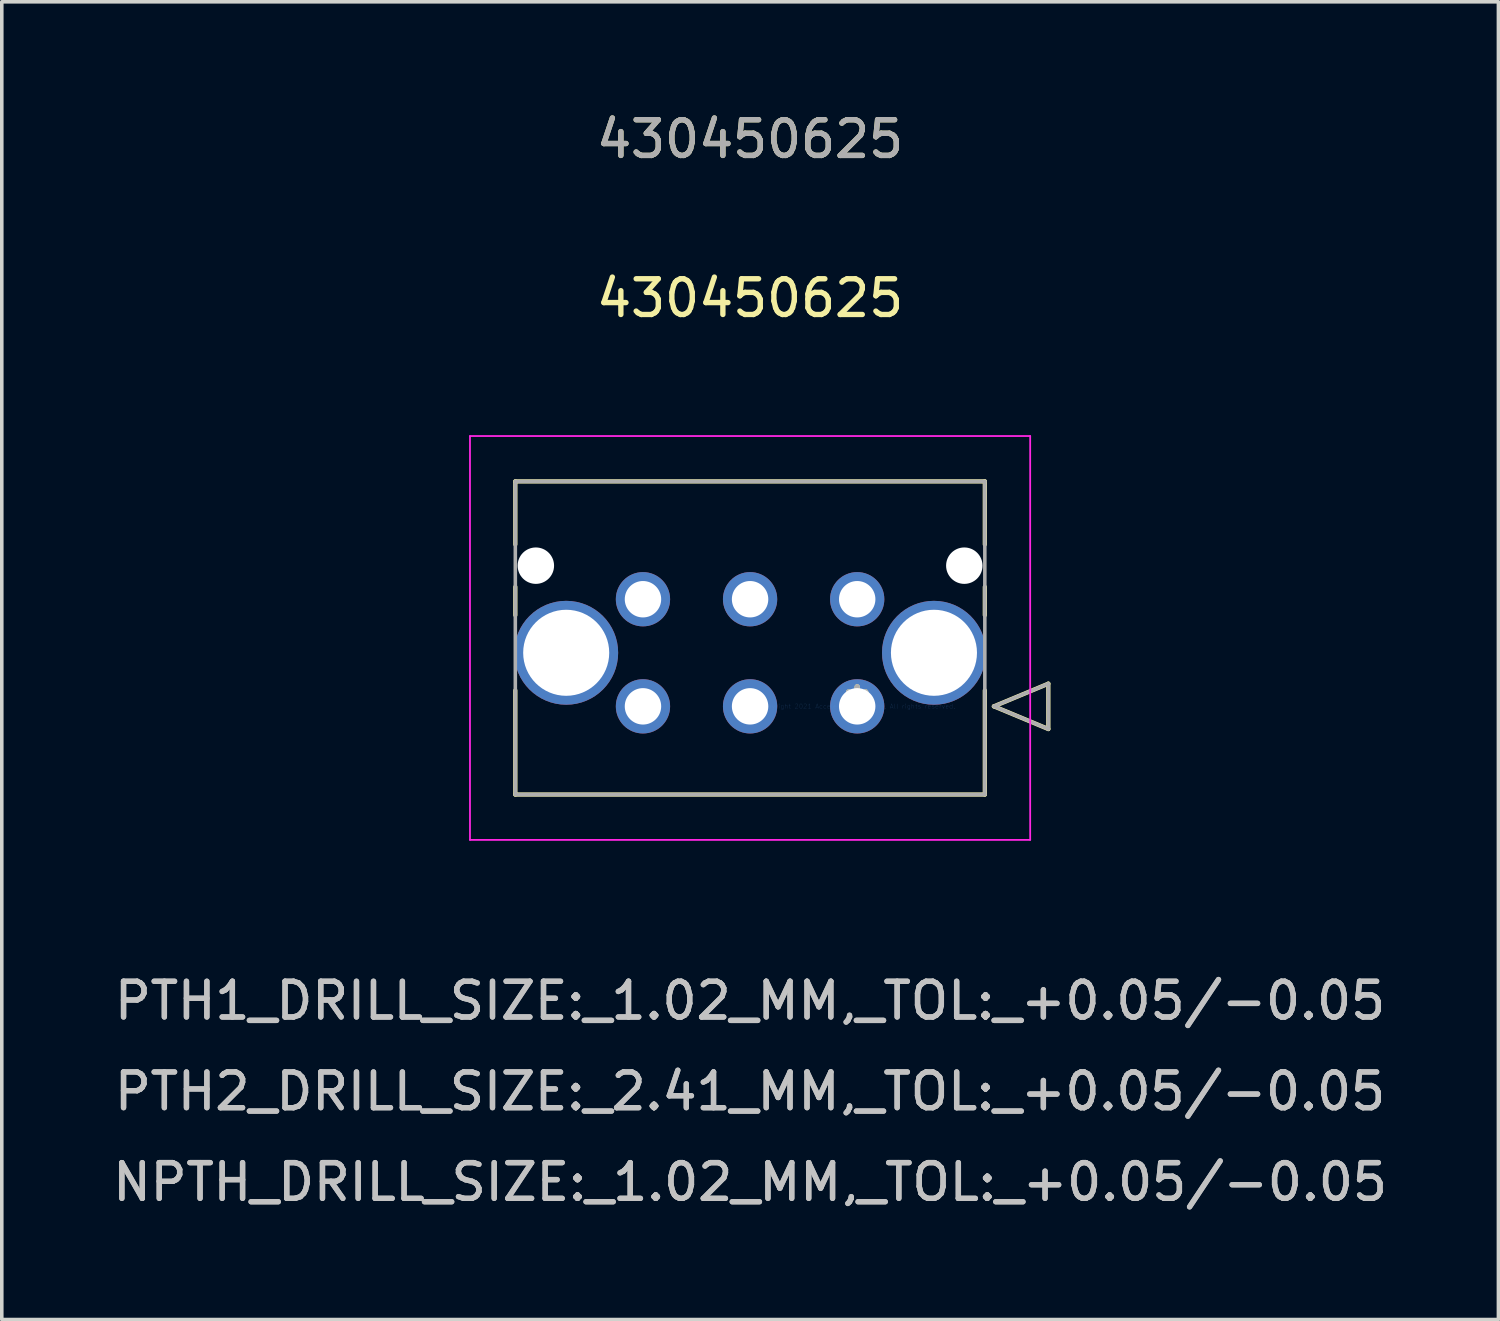
<source format=kicad_pcb>
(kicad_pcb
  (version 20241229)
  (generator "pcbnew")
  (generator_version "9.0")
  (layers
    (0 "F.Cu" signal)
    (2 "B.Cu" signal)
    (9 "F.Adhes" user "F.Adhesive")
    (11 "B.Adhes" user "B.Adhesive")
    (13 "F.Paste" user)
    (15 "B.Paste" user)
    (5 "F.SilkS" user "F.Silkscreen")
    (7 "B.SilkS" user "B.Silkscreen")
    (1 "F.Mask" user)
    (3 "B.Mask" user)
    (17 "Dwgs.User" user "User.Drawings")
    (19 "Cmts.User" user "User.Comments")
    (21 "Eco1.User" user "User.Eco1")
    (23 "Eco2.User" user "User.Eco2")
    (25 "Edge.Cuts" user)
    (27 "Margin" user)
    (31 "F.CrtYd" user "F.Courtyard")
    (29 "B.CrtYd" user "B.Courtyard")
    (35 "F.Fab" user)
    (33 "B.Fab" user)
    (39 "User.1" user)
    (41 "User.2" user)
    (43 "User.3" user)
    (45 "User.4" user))
  (footprint "430450625"
    (layer "F.Cu")
    (at 20.958 16.733)
    (property "Reference" "430450625" (at -3 -11.43 0) (layer "F.SilkS") (effects (font (size 1 1) (thickness 0.15))))
    (attr through_hole)
    (fp_line (start -9.575 -6.3) (end -9.575 -4.535) (stroke (width 0.12) (type solid)) (layer "F.SilkS"))
    (fp_line (start -9.575 -3.345) (end -9.575 -2.554) (stroke (width 0.12) (type solid)) (layer "F.SilkS"))
    (fp_line (start -9.575 -0.446) (end -9.575 2.47) (stroke (width 0.12) (type solid)) (layer "F.SilkS"))
    (fp_line (start -9.575 2.47) (end 3.575 2.47) (stroke (width 0.12) (type solid)) (layer "F.SilkS"))
    (fp_line (start 3.575 -6.3) (end -9.575 -6.3) (stroke (width 0.12) (type solid)) (layer "F.SilkS"))
    (fp_line (start 3.575 -4.535) (end 3.575 -6.3) (stroke (width 0.12) (type solid)) (layer "F.SilkS"))
    (fp_line (start 3.575 -2.554) (end 3.575 -3.345) (stroke (width 0.12) (type solid)) (layer "F.SilkS"))
    (fp_line (start 3.575 2.47) (end 3.575 -0.446) (stroke (width 0.12) (type solid)) (layer "F.SilkS"))
    (fp_line (start 3.829 0) (end 5.353 -0.635) (stroke (width 0.12) (type solid)) (layer "F.SilkS"))
    (fp_line (start 5.353 -0.635) (end 5.353 0.635) (stroke (width 0.12) (type solid)) (layer "F.SilkS"))
    (fp_line (start 5.353 0.635) (end 3.829 0) (stroke (width 0.12) (type solid)) (layer "F.SilkS"))
    (fp_line (start -10.845 -7.57) (end -10.845 3.74) (stroke (width 0.05) (type solid)) (layer "F.CrtYd"))
    (fp_line (start -10.845 3.74) (end 4.845 3.74) (stroke (width 0.05) (type solid)) (layer "F.CrtYd"))
    (fp_line (start 4.845 -7.57) (end -10.845 -7.57) (stroke (width 0.05) (type solid)) (layer "F.CrtYd"))
    (fp_line (start 4.845 3.74) (end 4.845 -7.57) (stroke (width 0.05) (type solid)) (layer "F.CrtYd"))
    (fp_line (start -9.575 -6.3) (end -9.575 2.47) (stroke (width 0.1) (type solid)) (layer "F.Fab"))
    (fp_line (start -9.575 2.47) (end 3.575 2.47) (stroke (width 0.1) (type solid)) (layer "F.Fab"))
    (fp_line (start 3.575 -6.3) (end -9.575 -6.3) (stroke (width 0.1) (type solid)) (layer "F.Fab"))
    (fp_line (start 3.575 2.47) (end 3.575 -6.3) (stroke (width 0.1) (type solid)) (layer "F.Fab"))
    (fp_line (start 3.829 0) (end 5.353 -0.635) (stroke (width 0.1) (type solid)) (layer "F.Fab"))
    (fp_line (start 5.353 -0.635) (end 5.353 0.635) (stroke (width 0.1) (type solid)) (layer "F.Fab"))
    (fp_line (start 5.353 0.635) (end 3.829 0) (stroke (width 0.1) (type solid)) (layer "F.Fab"))
    (fp_text user "430450625" (at -3 -15.885 0) (layer "F.SilkS") (effects (font (size 1 1) (thickness 0.15))))
    (fp_text user "*" (at 0 0 0) (layer "F.SilkS") (effects (font (size 1 1) (thickness 0.15))))
    (fp_text user "PTH2_DRILL_SIZE:_2.41_MM,_TOL:_+0.05/-0.05" (at -3 10.785 0) (layer "Dwgs.User") (effects (font (size 1 1) (thickness 0.15))))
    (fp_text user "NPTH_DRILL_SIZE:_1.02_MM,_TOL:_+0.05/-0.05" (at -3 13.325 0) (layer "Dwgs.User") (effects (font (size 1 1) (thickness 0.15))))
    (fp_text user "NPTH_DRILL_SIZE:_1.02_MM,_TOL:_+0.05/-0.05" (at -3 13.325 0) (layer "Dwgs.User") (effects (font (size 1 1) (thickness 0.15))))
    (fp_text user "PTH1_DRILL_SIZE:_1.02_MM,_TOL:_+0.05/-0.05" (at -3 8.245 0) (layer "Dwgs.User") (effects (font (size 1 1) (thickness 0.15))))
    (fp_text user "PTH1_DRILL_SIZE:_1.02_MM,_TOL:_+0.05/-0.05" (at -3 8.245 0) (layer "Dwgs.User") (effects (font (size 1 1) (thickness 0.15))))
    (fp_text user "PTH2_DRILL_SIZE:_2.41_MM,_TOL:_+0.05/-0.05" (at -3 10.785 0) (layer "Dwgs.User") (effects (font (size 1 1) (thickness 0.15))))
    (fp_text user "Copyright 2021 Accelerated Designs. All rights reserved." (at 0 0 0) (layer "Cmts.User") (effects (font (size 0.127 0.127) (thickness 0.002))))
    (fp_text user "*" (at 0 0 0) (layer "F.Fab") (effects (font (size 1 1) (thickness 0.15))))
    (fp_text user "430450625" (at -3 -15.885 0) (layer "F.Fab") (effects (font (size 1 1) (thickness 0.15))))
    (pad "" np_thru_hole circle (at -9 -3.94) (size 1.02 1.02) (drill 1.02) (layers "*.Cu" "*.Mask"))
    (pad "" np_thru_hole circle (at 3 -3.94) (size 1.02 1.02) (drill 1.02) (layers "*.Cu" "*.Mask"))
    (pad "1" thru_hole circle (at 0 0) (size 1.52 1.52) (drill 1.02) (layers "*.Cu" "*.Mask"))
    (pad "2" thru_hole circle (at -3 0) (size 1.52 1.52) (drill 1.02) (layers "*.Cu" "*.Mask"))
    (pad "3" thru_hole circle (at -6 0) (size 1.52 1.52) (drill 1.02) (layers "*.Cu" "*.Mask"))
    (pad "4" thru_hole circle (at 0 -3) (size 1.52 1.52) (drill 1.02) (layers "*.Cu" "*.Mask"))
    (pad "5" thru_hole circle (at -3 -3) (size 1.52 1.52) (drill 1.02) (layers "*.Cu" "*.Mask"))
    (pad "6" thru_hole circle (at -6 -3) (size 1.52 1.52) (drill 1.02) (layers "*.Cu" "*.Mask"))
    (pad "P1" thru_hole circle (at 2.15 -1.5) (size 2.91 2.91) (drill 2.41) (layers "*.Cu" "*.Mask"))
    (pad "P2" thru_hole circle (at -8.15 -1.5) (size 2.91 2.91) (drill 2.41) (layers "*.Cu" "*.Mask")))
  (gr_rect
    (start -3 -3)
    (end 38.917 33.907)
    (stroke (width 0.1) (type default))
    (fill no)
    (layer "Edge.Cuts")))
</source>
